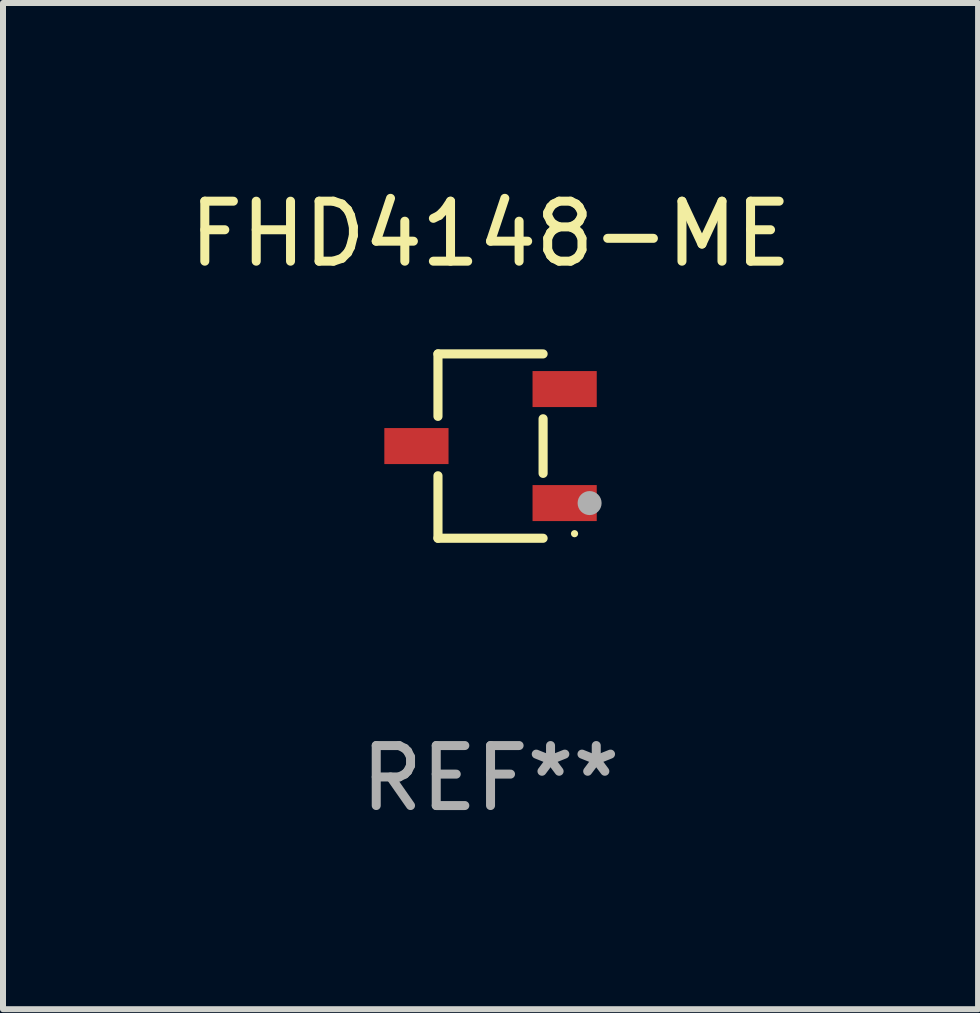
<source format=kicad_pcb>
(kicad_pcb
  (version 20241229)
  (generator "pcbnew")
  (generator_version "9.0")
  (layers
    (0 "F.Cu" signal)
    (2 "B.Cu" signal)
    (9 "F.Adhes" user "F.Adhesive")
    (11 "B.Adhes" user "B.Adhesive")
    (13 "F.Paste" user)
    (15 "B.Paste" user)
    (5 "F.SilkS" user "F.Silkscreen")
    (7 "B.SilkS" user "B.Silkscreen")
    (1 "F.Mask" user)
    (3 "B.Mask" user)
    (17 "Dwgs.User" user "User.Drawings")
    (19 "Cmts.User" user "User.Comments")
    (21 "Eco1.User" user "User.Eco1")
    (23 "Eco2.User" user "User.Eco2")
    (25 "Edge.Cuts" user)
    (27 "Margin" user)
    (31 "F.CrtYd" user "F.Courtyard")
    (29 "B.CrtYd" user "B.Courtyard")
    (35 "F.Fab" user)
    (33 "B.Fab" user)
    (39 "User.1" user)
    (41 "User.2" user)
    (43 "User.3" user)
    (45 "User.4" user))
  (footprint "FHD4148-ME"
    (layer "F.Cu")
    (at 5.125 4.384)
    (property "Reference" "FHD4148-ME" (at 0 -3.536 0) (layer "F.SilkS") (effects (font (size 1 1) (thickness 0.15))))
    (attr through_hole)
    (fp_line (start -0.876 -1.536) (end -0.876 -0.495) (stroke (width 0.152) (type solid)) (layer "F.SilkS"))
    (fp_line (start -0.876 1.536) (end -0.876 0.495) (stroke (width 0.152) (type solid)) (layer "F.SilkS"))
    (fp_line (start 0.876 -1.536) (end -0.876 -1.536) (stroke (width 0.152) (type solid)) (layer "F.SilkS"))
    (fp_line (start 0.876 -0.455) (end 0.876 0.455) (stroke (width 0.152) (type solid)) (layer "F.SilkS"))
    (fp_line (start 0.876 1.536) (end -0.876 1.536) (stroke (width 0.152) (type solid)) (layer "F.SilkS"))
    (fp_circle (center 1.4 1.46) (end 1.43 1.46) (stroke (width 0.06) (type solid)) (fill no) (layer "F.SilkS"))
    (fp_circle (center 1.651 0.95) (end 1.751 0.95) (stroke (width 0.2) (type solid)) (fill no) (layer "F.Fab"))
    (fp_text user "REF**" (at 0 5.536 0) (layer "F.Fab") (effects (font (size 1 1) (thickness 0.15))))
    (pad "1" smd rect (at 1.235 0.95) (size 1.07 0.6) (layers "F.Cu" "F.Mask" "F.Paste"))
    (pad "2" smd rect (at 1.235 -0.95) (size 1.07 0.6) (layers "F.Cu" "F.Mask" "F.Paste"))
    (pad "3" smd rect (at -1.235 0) (size 1.07 0.6) (layers "F.Cu" "F.Mask" "F.Paste")))
  (gr_rect
    (start -3 -3)
    (end 13.25 13.769)
    (stroke (width 0.1) (type default))
    (fill no)
    (layer "Edge.Cuts")))
</source>
